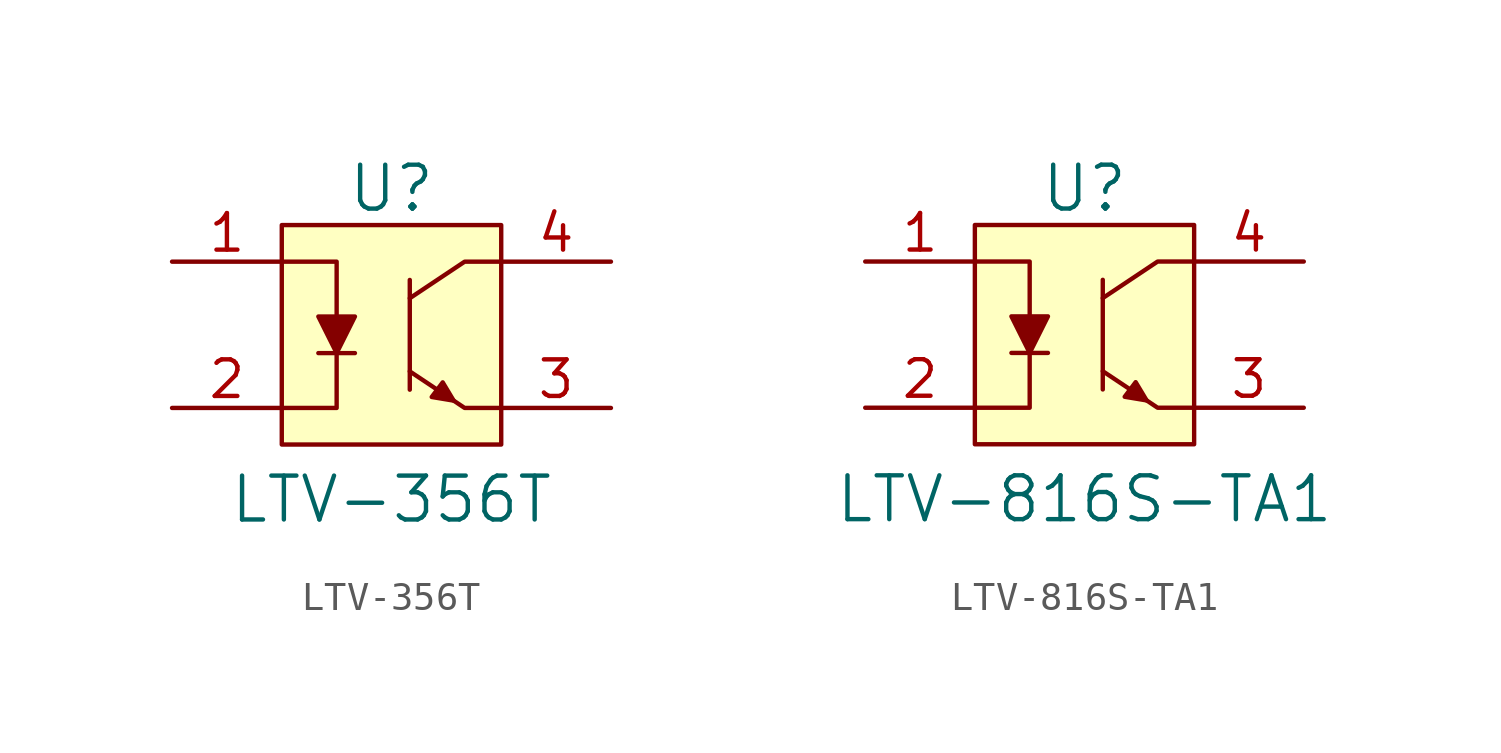
<source format=kicad_sym>
(kicad_symbol_lib
  (version 20220914)
  (generator kicad_symbol_editor)
  (symbol "LTV-356T"
    (pin_names
      (offset 1.016))
    (property "Reference" "U"
      (at 0 5.08 0)
      (effects (font (size 1.524 1.524))))
    (property "Value" "LTV-356T"
      (at 0 -5.715 0)
      (effects (font (size 1.524 1.524))))
    (symbol "LTV-356T_0_1"
      (rectangle (start -3.81 3.81) (end 3.81 -3.81) (stroke (width 0) (type solid)) (fill (type background)))
      (polyline (pts (xy -2.54 -0.635) (xy -1.27 -0.635)) (stroke (width 0) (type solid)) (fill (type none)))
      (polyline (pts (xy 0.635 1.905) (xy 0.635 -1.905)) (stroke (width 0) (type solid)) (fill (type none)))
      (polyline (pts (xy -3.81 -2.54) (xy -1.905 -2.54) (xy -1.905 -0.635)) (stroke (width 0) (type solid)) (fill (type none)))
      (polyline (pts (xy -3.81 2.54) (xy -1.905 2.54) (xy -1.905 0.635)) (stroke (width 0) (type solid)) (fill (type none)))
      (polyline (pts (xy 0.635 -1.27) (xy 2.54 -2.54) (xy 3.81 -2.54)) (stroke (width 0) (type solid)) (fill (type none)))
      (polyline (pts (xy 0.635 1.27) (xy 2.54 2.54) (xy 3.81 2.54)) (stroke (width 0) (type solid)) (fill (type none)))
      (polyline (pts (xy -2.54 0.635) (xy -1.27 0.635) (xy -1.905 -0.635) (xy -2.54 0.635)) (stroke (width 0) (type solid)) (fill (type outline)))
      (polyline (pts (xy 2.159 -2.286) (xy 1.778 -1.651) (xy 1.397 -2.159) (xy 2.159 -2.286)) (stroke (width 0) (type solid)) (fill (type outline))))
    (symbol "LTV-356T_1_1"
      (pin passive line (at -7.62 2.54 0) (length 3.81) (name "~" (effects (font (size 1.27 1.27)))) (number "1" (effects (font (size 1.27 1.27)))))
      (pin passive line (at -7.62 -2.54 0) (length 3.81) (name "~" (effects (font (size 1.27 1.27)))) (number "2" (effects (font (size 1.27 1.27)))))
      (pin passive line (at 7.62 -2.54 180) (length 3.81) (name "~" (effects (font (size 1.27 1.27)))) (number "3" (effects (font (size 1.27 1.27)))))
      (pin passive line (at 7.62 2.54 180) (length 3.81) (name "~" (effects (font (size 1.27 1.27)))) (number "4" (effects (font (size 1.27 1.27)))))))
  (symbol "LTV-816S-TA1"
    (pin_names
      (offset 1.016))
    (property "Reference" "U"
      (at 0 5.08 0)
      (effects (font (size 1.524 1.524))))
    (property "Value" "LTV-816S-TA1"
      (at 0 -5.715 0)
      (effects (font (size 1.524 1.524))))
    (symbol "LTV-816S-TA1_0_1"
      (rectangle (start -3.81 3.81) (end 3.81 -3.81) (stroke (width 0) (type solid)) (fill (type background)))
      (polyline (pts (xy -2.54 -0.635) (xy -1.27 -0.635)) (stroke (width 0) (type solid)) (fill (type none)))
      (polyline (pts (xy 0.635 1.905) (xy 0.635 -1.905)) (stroke (width 0) (type solid)) (fill (type none)))
      (polyline (pts (xy -3.81 -2.54) (xy -1.905 -2.54) (xy -1.905 -0.635)) (stroke (width 0) (type solid)) (fill (type none)))
      (polyline (pts (xy -3.81 2.54) (xy -1.905 2.54) (xy -1.905 0.635)) (stroke (width 0) (type solid)) (fill (type none)))
      (polyline (pts (xy 0.635 -1.27) (xy 2.54 -2.54) (xy 3.81 -2.54)) (stroke (width 0) (type solid)) (fill (type none)))
      (polyline (pts (xy 0.635 1.27) (xy 2.54 2.54) (xy 3.81 2.54)) (stroke (width 0) (type solid)) (fill (type none)))
      (polyline (pts (xy -2.54 0.635) (xy -1.27 0.635) (xy -1.905 -0.635) (xy -2.54 0.635)) (stroke (width 0) (type solid)) (fill (type outline)))
      (polyline (pts (xy 2.159 -2.286) (xy 1.778 -1.651) (xy 1.397 -2.159) (xy 2.159 -2.286)) (stroke (width 0) (type solid)) (fill (type outline))))
    (symbol "LTV-816S-TA1_1_1"
      (pin passive line (at -7.62 2.54 0) (length 3.81) (name "~" (effects (font (size 1.27 1.27)))) (number "1" (effects (font (size 1.27 1.27)))))
      (pin passive line (at -7.62 -2.54 0) (length 3.81) (name "~" (effects (font (size 1.27 1.27)))) (number "2" (effects (font (size 1.27 1.27)))))
      (pin passive line (at 7.62 -2.54 180) (length 3.81) (name "~" (effects (font (size 1.27 1.27)))) (number "3" (effects (font (size 1.27 1.27)))))
      (pin passive line (at 7.62 2.54 180) (length 3.81) (name "~" (effects (font (size 1.27 1.27)))) (number "4" (effects (font (size 1.27 1.27))))))))
</source>
